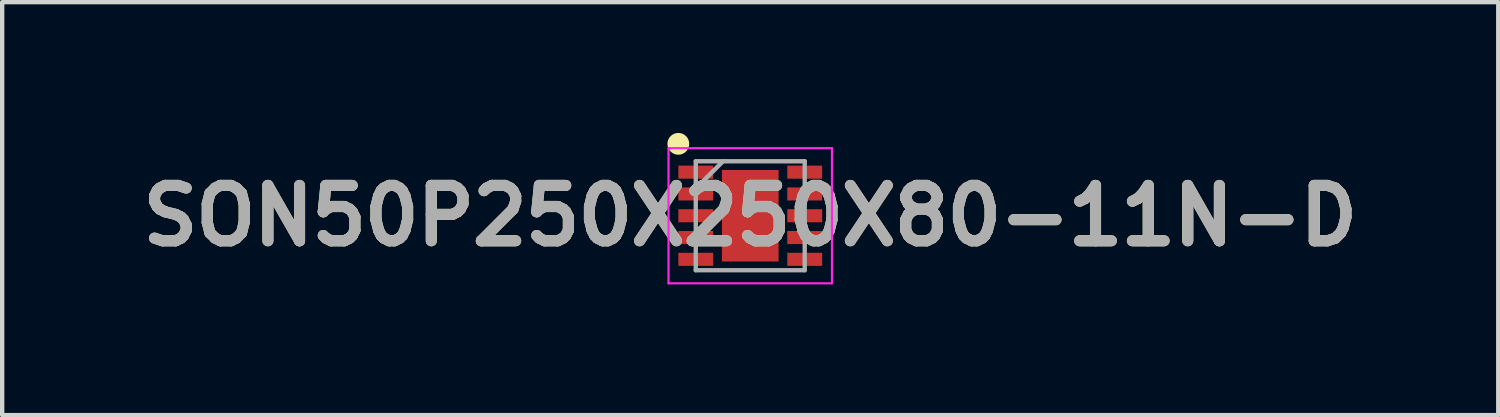
<source format=kicad_pcb>
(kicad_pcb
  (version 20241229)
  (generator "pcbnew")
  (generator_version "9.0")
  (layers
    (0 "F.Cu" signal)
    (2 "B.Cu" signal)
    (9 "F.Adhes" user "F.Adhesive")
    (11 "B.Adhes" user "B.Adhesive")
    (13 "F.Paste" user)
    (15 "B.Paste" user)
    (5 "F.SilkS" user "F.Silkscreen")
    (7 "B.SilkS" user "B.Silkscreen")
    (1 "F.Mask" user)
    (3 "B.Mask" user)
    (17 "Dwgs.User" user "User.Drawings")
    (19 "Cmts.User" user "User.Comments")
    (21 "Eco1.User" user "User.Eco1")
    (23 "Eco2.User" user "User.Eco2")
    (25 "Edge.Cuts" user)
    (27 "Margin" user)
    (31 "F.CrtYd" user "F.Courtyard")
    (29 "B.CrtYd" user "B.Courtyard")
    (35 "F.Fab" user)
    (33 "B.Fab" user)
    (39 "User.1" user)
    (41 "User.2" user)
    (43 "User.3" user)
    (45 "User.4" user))
  (footprint "SON50P250X250X80-11N-D"
    (layer "F.Cu")
    (at 14.164 1.9)
    (property "Reference" "SON50P250X250X80-11N-D" (at 0 0 0) (layer "F.SilkS") (effects (font (size 1.27 1.27) (thickness 0.254))))
    (attr smd)
    (fp_circle (center -1.65 -1.65) (end -1.65 -1.525) (stroke (width 0.25) (type solid)) (fill no) (layer "F.SilkS"))
    (fp_line (start -1.875 -1.55) (end 1.875 -1.55) (stroke (width 0.05) (type solid)) (layer "F.CrtYd"))
    (fp_line (start -1.875 1.55) (end -1.875 -1.55) (stroke (width 0.05) (type solid)) (layer "F.CrtYd"))
    (fp_line (start 1.875 -1.55) (end 1.875 1.55) (stroke (width 0.05) (type solid)) (layer "F.CrtYd"))
    (fp_line (start 1.875 1.55) (end -1.875 1.55) (stroke (width 0.05) (type solid)) (layer "F.CrtYd"))
    (fp_line (start -1.25 -1.25) (end 1.25 -1.25) (stroke (width 0.1) (type solid)) (layer "F.Fab"))
    (fp_line (start -1.25 -0.625) (end -0.625 -1.25) (stroke (width 0.1) (type solid)) (layer "F.Fab"))
    (fp_line (start -1.25 1.25) (end -1.25 -1.25) (stroke (width 0.1) (type solid)) (layer "F.Fab"))
    (fp_line (start 1.25 -1.25) (end 1.25 1.25) (stroke (width 0.1) (type solid)) (layer "F.Fab"))
    (fp_line (start 1.25 1.25) (end -1.25 1.25) (stroke (width 0.1) (type solid)) (layer "F.Fab"))
    (fp_text user "${REFERENCE}" (at 0 0 0) (layer "F.Fab") (effects (font (size 1.27 1.27) (thickness 0.254))))
    (pad "1" smd rect (at -1.25 -1 90) (size 0.3 0.8) (layers "F.Cu" "F.Mask" "F.Paste"))
    (pad "2" smd rect (at -1.25 -0.5 90) (size 0.3 0.8) (layers "F.Cu" "F.Mask" "F.Paste"))
    (pad "3" smd rect (at -1.25 0 90) (size 0.3 0.8) (layers "F.Cu" "F.Mask" "F.Paste"))
    (pad "4" smd rect (at -1.25 0.5 90) (size 0.3 0.8) (layers "F.Cu" "F.Mask" "F.Paste"))
    (pad "5" smd rect (at -1.25 1 90) (size 0.3 0.8) (layers "F.Cu" "F.Mask" "F.Paste"))
    (pad "6" smd rect (at 1.25 1 90) (size 0.3 0.8) (layers "F.Cu" "F.Mask" "F.Paste"))
    (pad "7" smd rect (at 1.25 0.5 90) (size 0.3 0.8) (layers "F.Cu" "F.Mask" "F.Paste"))
    (pad "8" smd rect (at 1.25 0 90) (size 0.3 0.8) (layers "F.Cu" "F.Mask" "F.Paste"))
    (pad "9" smd rect (at 1.25 -0.5 90) (size 0.3 0.8) (layers "F.Cu" "F.Mask" "F.Paste"))
    (pad "10" smd rect (at 1.25 -1 90) (size 0.3 0.8) (layers "F.Cu" "F.Mask" "F.Paste"))
    (pad "11" smd rect (at 0 0) (size 1.3 2.1) (layers "F.Cu" "F.Mask" "F.Paste")))
  (gr_rect
    (start -3 -3)
    (end 31.327 6.475)
    (stroke (width 0.1) (type default))
    (fill no)
    (layer "Edge.Cuts")))
</source>
